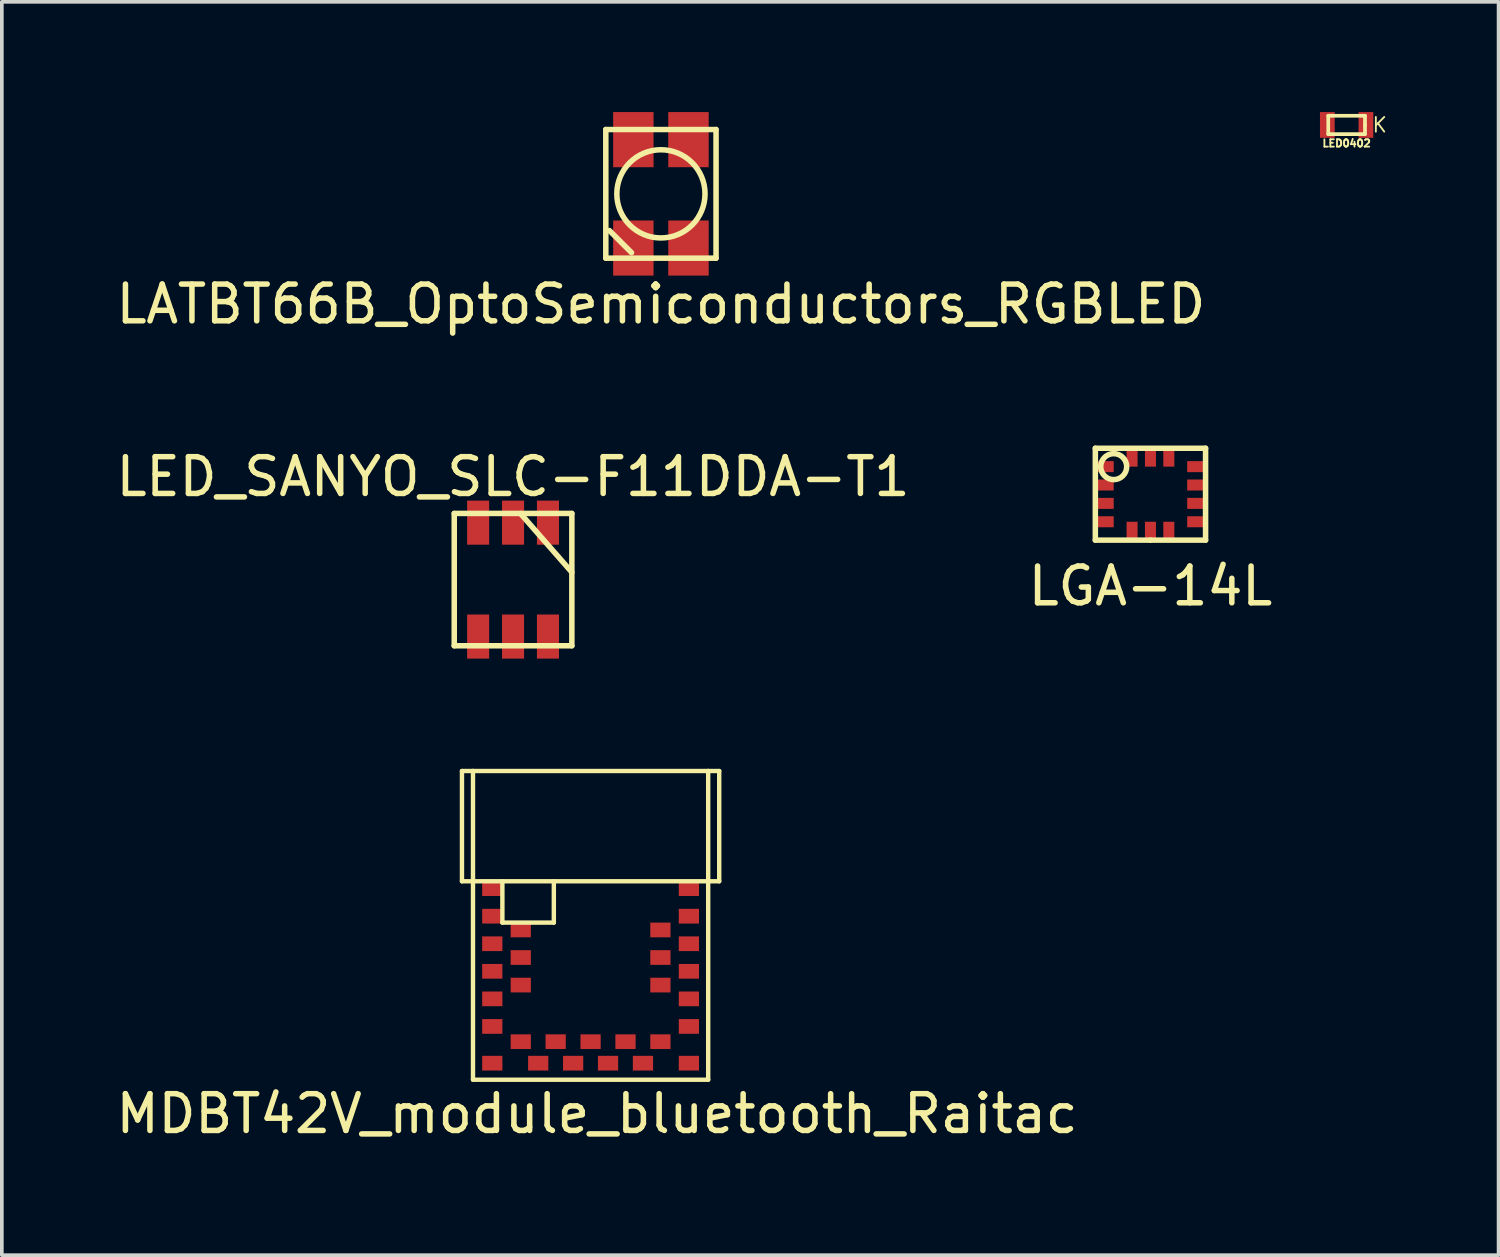
<source format=kicad_pcb>
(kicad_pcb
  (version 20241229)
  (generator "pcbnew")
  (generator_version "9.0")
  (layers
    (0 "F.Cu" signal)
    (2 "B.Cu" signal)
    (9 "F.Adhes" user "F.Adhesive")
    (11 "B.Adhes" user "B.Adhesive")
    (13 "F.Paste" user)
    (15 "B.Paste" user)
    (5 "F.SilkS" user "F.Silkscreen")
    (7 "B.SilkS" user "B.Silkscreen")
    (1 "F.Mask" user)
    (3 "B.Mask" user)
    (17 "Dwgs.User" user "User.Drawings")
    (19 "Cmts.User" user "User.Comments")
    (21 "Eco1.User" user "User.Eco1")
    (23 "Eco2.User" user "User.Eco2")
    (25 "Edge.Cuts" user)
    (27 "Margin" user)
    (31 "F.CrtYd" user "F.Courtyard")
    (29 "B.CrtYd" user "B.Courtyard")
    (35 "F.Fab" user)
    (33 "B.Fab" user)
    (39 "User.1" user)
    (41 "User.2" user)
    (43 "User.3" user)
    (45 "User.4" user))
  (footprint "LATBT66B_OptoSemiconductors_RGBLED"
    (layer "F.Cu")
    (at 14.935 2.225)
    (property "Reference" "LATBT66B_OptoSemiconductors_RGBLED" (at 0 3 0) (layer "F.SilkS") (effects (font (size 1 1) (thickness 0.15))))
    (attr through_hole)
    (fp_line (start -1.5 -1.75) (end 1.5 -1.75) (stroke (width 0.15) (type solid)) (layer "F.SilkS"))
    (fp_line (start -1.5 1.75) (end -1.5 -1.75) (stroke (width 0.15) (type solid)) (layer "F.SilkS"))
    (fp_line (start -1.4 1) (end -0.8 1.6) (stroke (width 0.15) (type solid)) (layer "F.SilkS"))
    (fp_line (start 1.5 -1.75) (end 1.5 1.75) (stroke (width 0.15) (type solid)) (layer "F.SilkS"))
    (fp_line (start 1.5 1.75) (end -1.5 1.75) (stroke (width 0.15) (type solid)) (layer "F.SilkS"))
    (fp_circle (center 0 0) (end -1.2 0) (stroke (width 0.15) (type solid)) (fill no) (layer "F.SilkS"))
    (pad "1" smd rect (at -0.75 1.475) (size 1.1 1.5) (layers "F.Cu" "F.Mask" "F.Paste"))
    (pad "2" smd rect (at -0.75 -1.475) (size 1.1 1.5) (layers "F.Cu" "F.Mask" "F.Paste"))
    (pad "3" smd rect (at 0.75 -1.475) (size 1.1 1.5) (layers "F.Cu" "F.Mask" "F.Paste"))
    (pad "4" smd rect (at 0.75 1.475) (size 1.1 1.5) (layers "F.Cu" "F.Mask" "F.Paste")))
  (footprint "MDBT42V_module_bluetooth_Raitac"
    (layer "F.Cu")
    (at 9.821 26.331)
    (property "Reference" "MDBT42V_module_bluetooth_Raitac" (at 3.375 0.925 0) (layer "F.SilkS") (effects (font (size 1 1) (thickness 0.15))))
    (attr smd)
    (fp_line (start -0.3 -8.4) (end 0 -8.4) (stroke (width 0.12) (type solid)) (layer "F.SilkS"))
    (fp_line (start -0.3 -5.4) (end -0.3 -8.4) (stroke (width 0.12) (type solid)) (layer "F.SilkS"))
    (fp_line (start 0 -8.4) (end 0 0) (stroke (width 0.12) (type solid)) (layer "F.SilkS"))
    (fp_line (start 0 0) (end 6.4 0) (stroke (width 0.12) (type solid)) (layer "F.SilkS"))
    (fp_line (start 0.8 -4.275) (end 0.8 -5.4) (stroke (width 0.12) (type solid)) (layer "F.SilkS"))
    (fp_line (start 2.2 -5.4) (end 2.2 -4.275) (stroke (width 0.12) (type solid)) (layer "F.SilkS"))
    (fp_line (start 2.2 -4.275) (end 0.8 -4.275) (stroke (width 0.12) (type solid)) (layer "F.SilkS"))
    (fp_line (start 6.4 -8.4) (end 0 -8.4) (stroke (width 0.12) (type solid)) (layer "F.SilkS"))
    (fp_line (start 6.4 -8.4) (end 6.7 -8.4) (stroke (width 0.12) (type solid)) (layer "F.SilkS"))
    (fp_line (start 6.4 0) (end 6.4 -8.4) (stroke (width 0.12) (type solid)) (layer "F.SilkS"))
    (fp_line (start 6.7 -8.4) (end 6.7 -5.4) (stroke (width 0.12) (type solid)) (layer "F.SilkS"))
    (fp_line (start 6.7 -5.4) (end -0.3 -5.4) (stroke (width 0.12) (type solid)) (layer "F.SilkS"))
    (pad "1" smd rect (at 0.525 -5.2) (size 0.55 0.4) (layers "F.Cu" "F.Mask" "F.Paste"))
    (pad "2" smd rect (at 0.525 -4.45) (size 0.55 0.4) (layers "F.Cu" "F.Mask" "F.Paste"))
    (pad "3" smd rect (at 1.3 -4.075) (size 0.55 0.4) (layers "F.Cu" "F.Mask" "F.Paste"))
    (pad "4" smd rect (at 0.525 -3.7) (size 0.55 0.4) (layers "F.Cu" "F.Mask" "F.Paste"))
    (pad "5" smd rect (at 1.3 -3.325) (size 0.55 0.4) (layers "F.Cu" "F.Mask" "F.Paste"))
    (pad "6" smd rect (at 0.525 -2.95) (size 0.55 0.4) (layers "F.Cu" "F.Mask" "F.Paste"))
    (pad "7" smd rect (at 1.3 -2.575) (size 0.55 0.4) (layers "F.Cu" "F.Mask" "F.Paste"))
    (pad "8" smd rect (at 0.525 -2.2) (size 0.55 0.4) (layers "F.Cu" "F.Mask" "F.Paste"))
    (pad "9" smd rect (at 0.525 -1.45) (size 0.55 0.4) (layers "F.Cu" "F.Mask" "F.Paste"))
    (pad "10" smd rect (at 0.525 -0.45) (size 0.55 0.4) (layers "F.Cu" "F.Mask" "F.Paste"))
    (pad "11" smd rect (at 1.3 -1.035) (size 0.55 0.4) (layers "F.Cu" "F.Mask" "F.Paste"))
    (pad "12" smd rect (at 1.775 -0.45) (size 0.55 0.4) (layers "F.Cu" "F.Mask" "F.Paste"))
    (pad "13" smd rect (at 2.25 -1.035) (size 0.55 0.4) (layers "F.Cu" "F.Mask" "F.Paste"))
    (pad "14" smd rect (at 2.725 -0.45) (size 0.55 0.4) (layers "F.Cu" "F.Mask" "F.Paste"))
    (pad "15" smd rect (at 3.2 -1.035) (size 0.55 0.4) (layers "F.Cu" "F.Mask" "F.Paste"))
    (pad "16" smd rect (at 3.675 -0.45) (size 0.55 0.4) (layers "F.Cu" "F.Mask" "F.Paste"))
    (pad "17" smd rect (at 4.15 -1.035) (size 0.55 0.4) (layers "F.Cu" "F.Mask" "F.Paste"))
    (pad "18" smd rect (at 4.625 -0.45) (size 0.55 0.4) (layers "F.Cu" "F.Mask" "F.Paste"))
    (pad "19" smd rect (at 5.1 -1.035) (size 0.55 0.4) (layers "F.Cu" "F.Mask" "F.Paste"))
    (pad "20" smd rect (at 5.875 -0.45) (size 0.55 0.4) (layers "F.Cu" "F.Mask" "F.Paste"))
    (pad "21" smd rect (at 5.875 -1.45) (size 0.55 0.4) (layers "F.Cu" "F.Mask" "F.Paste"))
    (pad "22" smd rect (at 5.875 -2.2) (size 0.55 0.4) (layers "F.Cu" "F.Mask" "F.Paste"))
    (pad "23" smd rect (at 5.1 -2.575) (size 0.55 0.4) (layers "F.Cu" "F.Mask" "F.Paste"))
    (pad "24" smd rect (at 5.875 -2.95) (size 0.55 0.4) (layers "F.Cu" "F.Mask" "F.Paste"))
    (pad "25" smd rect (at 5.1 -3.325) (size 0.55 0.4) (layers "F.Cu" "F.Mask" "F.Paste"))
    (pad "26" smd rect (at 5.875 -3.7) (size 0.55 0.4) (layers "F.Cu" "F.Mask" "F.Paste"))
    (pad "27" smd rect (at 5.1 -4.075) (size 0.55 0.4) (layers "F.Cu" "F.Mask" "F.Paste"))
    (pad "28" smd rect (at 5.875 -4.45) (size 0.55 0.4) (layers "F.Cu" "F.Mask" "F.Paste"))
    (pad "29" smd rect (at 5.875 -5.2) (size 0.55 0.4) (layers "F.Cu" "F.Mask" "F.Paste")))
  (footprint "LED_SANYO_SLC-F11DDA-T1"
    (layer "F.Cu")
    (at 10.911 12.722)
    (property "Reference" "LED_SANYO_SLC-F11DDA-T1" (at 0 -2.8 0) (layer "F.SilkS") (effects (font (size 1 1) (thickness 0.15))))
    (attr through_hole)
    (fp_line (start -1.6 -1.8) (end 1.6 -1.8) (stroke (width 0.15) (type solid)) (layer "F.SilkS"))
    (fp_line (start -1.6 1.8) (end -1.6 -1.8) (stroke (width 0.15) (type solid)) (layer "F.SilkS"))
    (fp_line (start 1.6 -1.8) (end 1.6 1.8) (stroke (width 0.15) (type solid)) (layer "F.SilkS"))
    (fp_line (start 1.6 -0.2) (end 0.2 -1.8) (stroke (width 0.15) (type solid)) (layer "F.SilkS"))
    (fp_line (start 1.6 1.8) (end -1.6 1.8) (stroke (width 0.15) (type solid)) (layer "F.SilkS"))
    (pad "1" smd rect (at -0.95 -1.55) (size 0.6 1.2) (layers "F.Cu" "F.Mask" "F.Paste"))
    (pad "2" smd rect (at -0.95 1.55) (size 0.6 1.2) (layers "F.Cu" "F.Mask" "F.Paste"))
    (pad "3" smd rect (at 0 -1.55) (size 0.6 1.2) (layers "F.Cu" "F.Mask" "F.Paste"))
    (pad "4" smd rect (at 0 1.55) (size 0.6 1.2) (layers "F.Cu" "F.Mask" "F.Paste"))
    (pad "5" smd rect (at 0.95 -1.55) (size 0.6 1.2) (layers "F.Cu" "F.Mask" "F.Paste"))
    (pad "6" smd rect (at 0.95 1.55) (size 0.6 1.2) (layers "F.Cu" "F.Mask" "F.Paste")))
  (footprint "LGA-14L"
    (layer "F.Cu")
    (at 28.256 10.398)
    (property "Reference" "LGA-14L" (at 0 2.5 0) (layer "F.SilkS") (effects (font (size 1 1) (thickness 0.15))))
    (attr smd)
    (fp_line (start -1.5 -1.25) (end -1.5 1.25) (stroke (width 0.15) (type solid)) (layer "F.SilkS"))
    (fp_line (start -1.5 1.25) (end 0 1.25) (stroke (width 0.15) (type solid)) (layer "F.SilkS"))
    (fp_line (start 0 1.25) (end 1.5 1.25) (stroke (width 0.15) (type solid)) (layer "F.SilkS"))
    (fp_line (start 1.5 -1.25) (end -1.5 -1.25) (stroke (width 0.15) (type solid)) (layer "F.SilkS"))
    (fp_line (start 1.5 1.25) (end 1.5 -1.25) (stroke (width 0.15) (type solid)) (layer "F.SilkS"))
    (fp_circle (center -1 -0.75) (end -0.75 -0.5) (stroke (width 0.15) (type solid)) (fill no) (layer "F.SilkS"))
    (pad "1" smd rect (at -1.275 -0.75) (size 0.55 0.3) (layers "F.Cu" "F.Mask" "F.Paste"))
    (pad "2" smd rect (at -1.275 -0.25) (size 0.55 0.3) (layers "F.Cu" "F.Mask" "F.Paste"))
    (pad "3" smd rect (at -1.275 0.25) (size 0.55 0.3) (layers "F.Cu" "F.Mask" "F.Paste"))
    (pad "4" smd rect (at -1.275 0.75) (size 0.55 0.3) (layers "F.Cu" "F.Mask" "F.Paste"))
    (pad "5" smd rect (at -0.5 1.025) (size 0.3 0.55) (layers "F.Cu" "F.Mask" "F.Paste"))
    (pad "6" smd rect (at 0 1.025) (size 0.3 0.55) (layers "F.Cu" "F.Mask" "F.Paste"))
    (pad "7" smd rect (at 0.5 1.025) (size 0.3 0.55) (layers "F.Cu" "F.Mask" "F.Paste"))
    (pad "8" smd rect (at 1.275 0.75) (size 0.55 0.3) (layers "F.Cu" "F.Mask" "F.Paste"))
    (pad "9" smd rect (at 1.275 0.25) (size 0.55 0.3) (layers "F.Cu" "F.Mask" "F.Paste"))
    (pad "10" smd rect (at 1.275 -0.25) (size 0.55 0.3) (layers "F.Cu" "F.Mask" "F.Paste"))
    (pad "11" smd rect (at 1.275 -0.75) (size 0.55 0.3) (layers "F.Cu" "F.Mask" "F.Paste"))
    (pad "12" smd rect (at 0.5 -1.025) (size 0.3 0.55) (layers "F.Cu" "F.Mask" "F.Paste"))
    (pad "13" smd rect (at 0 -1.025) (size 0.3 0.55) (layers "F.Cu" "F.Mask" "F.Paste"))
    (pad "14" smd rect (at -0.5 -1.025) (size 0.3 0.55) (layers "F.Cu" "F.Mask" "F.Paste")))
  (footprint "LED0402"
    (layer "F.Cu")
    (at 33.594 0.35)
    (property "Reference" "LED0402" (at 0 0.5 0) (layer "F.SilkS") (effects (font (size 0.2 0.2) (thickness 0.05))))
    (attr through_hole)
    (fp_line (start -0.5 -0.25) (end -0.5 0.25) (stroke (width 0.1) (type solid)) (layer "F.SilkS"))
    (fp_line (start -0.5 0.25) (end 0.5 0.25) (stroke (width 0.1) (type solid)) (layer "F.SilkS"))
    (fp_line (start 0.5 -0.25) (end -0.5 -0.25) (stroke (width 0.1) (type solid)) (layer "F.SilkS"))
    (fp_line (start 0.5 0) (end 0.5 -0.25) (stroke (width 0.1) (type solid)) (layer "F.SilkS"))
    (fp_line (start 0.5 0.25) (end 0.5 0) (stroke (width 0.1) (type solid)) (layer "F.SilkS"))
    (fp_text user "K" (at 0.9 0 0) (layer "F.SilkS") (effects (font (size 0.4 0.4) (thickness 0.05))))
    (pad "1" smd rect (at 0.525 0) (size 0.4 0.7) (layers "F.Cu" "F.Mask" "F.Paste"))
    (pad "2" smd rect (at -0.525 0) (size 0.4 0.7) (layers "F.Cu" "F.Mask" "F.Paste")))
  (gr_rect
    (start -3 -3)
    (end 37.729 31.105)
    (stroke (width 0.1) (type default))
    (fill no)
    (layer "Edge.Cuts")))
</source>
